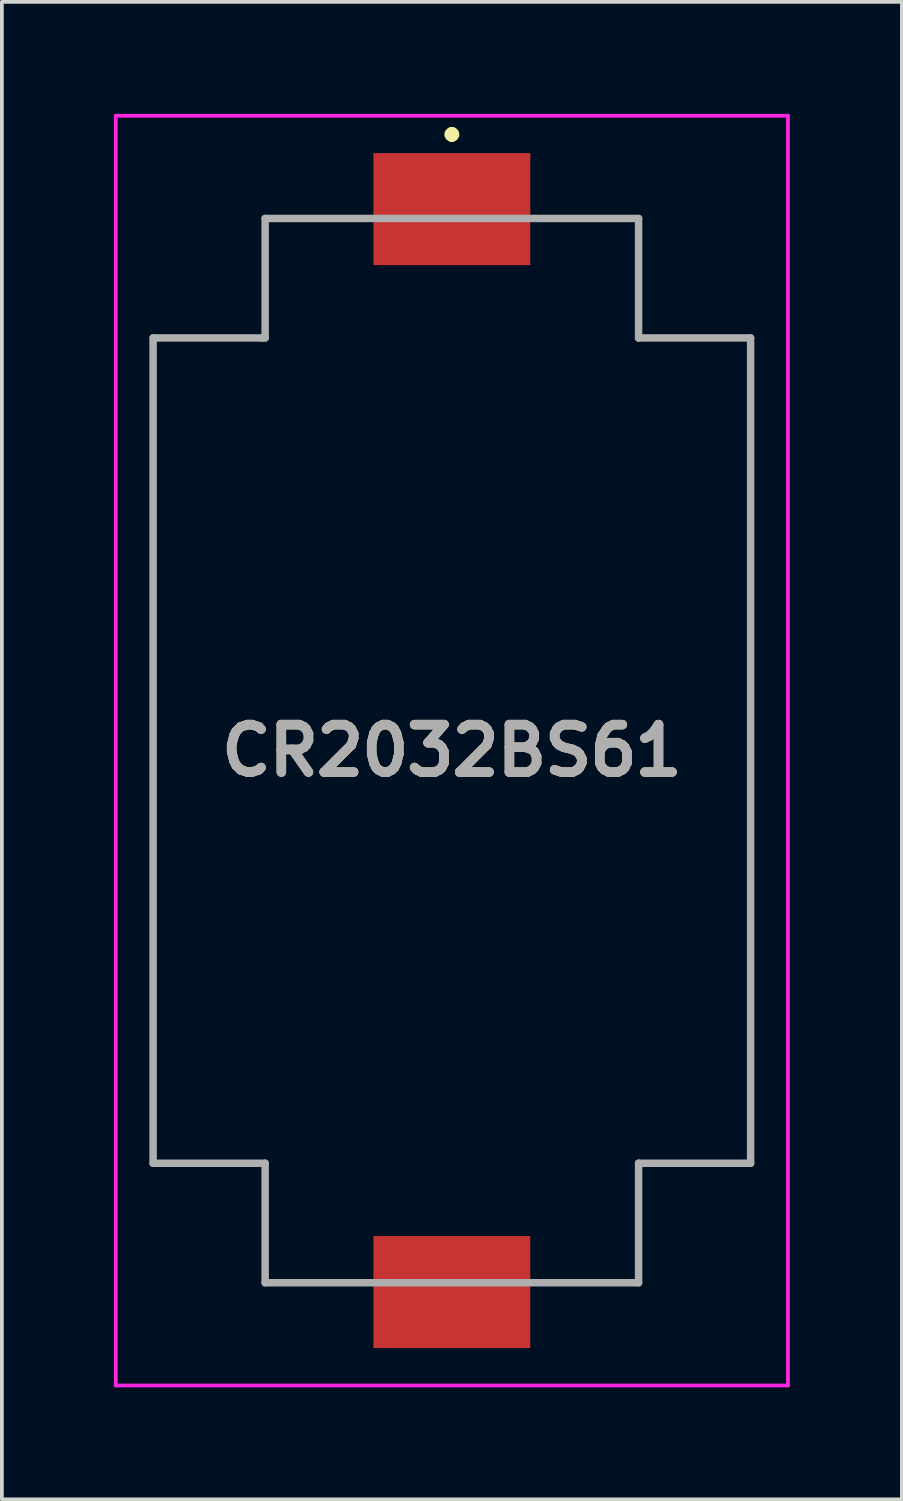
<source format=kicad_pcb>
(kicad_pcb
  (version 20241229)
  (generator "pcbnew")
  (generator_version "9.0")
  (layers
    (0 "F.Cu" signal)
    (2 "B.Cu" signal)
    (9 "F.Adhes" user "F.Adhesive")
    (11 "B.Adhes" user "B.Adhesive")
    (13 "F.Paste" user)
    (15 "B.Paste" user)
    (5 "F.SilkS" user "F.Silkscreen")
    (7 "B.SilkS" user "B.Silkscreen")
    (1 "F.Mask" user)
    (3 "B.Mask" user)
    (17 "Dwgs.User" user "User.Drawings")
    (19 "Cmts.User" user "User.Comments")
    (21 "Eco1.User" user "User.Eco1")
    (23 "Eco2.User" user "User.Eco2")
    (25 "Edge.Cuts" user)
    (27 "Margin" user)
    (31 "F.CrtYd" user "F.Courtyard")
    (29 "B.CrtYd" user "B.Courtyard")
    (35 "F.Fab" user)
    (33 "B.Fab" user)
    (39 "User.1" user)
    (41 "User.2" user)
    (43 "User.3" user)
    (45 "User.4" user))
  (footprint "CR2032BS61"
    (layer "F.Cu")
    (at 9.05 17.05)
    (property "Reference" "CR2032BS61" (at 0 0 0) (layer "F.SilkS") (effects (font (size 1.27 1.27) (thickness 0.254))))
    (attr smd)
    (fp_line (start -8 -11.05) (end -8 11.05) (stroke (width 0.1) (type solid)) (layer "F.SilkS"))
    (fp_line (start -8 11.05) (end -5.08 11.05) (stroke (width 0.1) (type solid)) (layer "F.SilkS"))
    (fp_line (start -5.08 11.05) (end -5 11.05) (stroke (width 0.1) (type solid)) (layer "F.SilkS"))
    (fp_line (start -5 -14.25) (end -5 -11.05) (stroke (width 0.1) (type solid)) (layer "F.SilkS"))
    (fp_line (start -5 -11.05) (end -8 -11.05) (stroke (width 0.1) (type solid)) (layer "F.SilkS"))
    (fp_line (start -5 11.05) (end -5 14.25) (stroke (width 0.1) (type solid)) (layer "F.SilkS"))
    (fp_line (start -5 14.25) (end -2.54 14.25) (stroke (width 0.1) (type solid)) (layer "F.SilkS"))
    (fp_line (start -2.54 -14.25) (end -5 -14.25) (stroke (width 0.1) (type solid)) (layer "F.SilkS"))
    (fp_line (start 0 -16.6) (end 0 -16.6) (stroke (width 0.2) (type solid)) (layer "F.SilkS"))
    (fp_line (start 0 -16.4) (end 0 -16.4) (stroke (width 0.2) (type solid)) (layer "F.SilkS"))
    (fp_line (start 2.54 14.25) (end 5 14.25) (stroke (width 0.1) (type solid)) (layer "F.SilkS"))
    (fp_line (start 5 -14.25) (end 2.54 -14.25) (stroke (width 0.1) (type solid)) (layer "F.SilkS"))
    (fp_line (start 5 -11.05) (end 5 -14.25) (stroke (width 0.1) (type solid)) (layer "F.SilkS"))
    (fp_line (start 5 11.05) (end 8 11.05) (stroke (width 0.1) (type solid)) (layer "F.SilkS"))
    (fp_line (start 5 14.25) (end 5 11.05) (stroke (width 0.1) (type solid)) (layer "F.SilkS"))
    (fp_line (start 8 -11.05) (end 5 -11.05) (stroke (width 0.1) (type solid)) (layer "F.SilkS"))
    (fp_line (start 8 11.05) (end 8 -11.05) (stroke (width 0.1) (type solid)) (layer "F.SilkS"))
    (fp_arc (start 0 -16.6) (mid 0.1 -16.5) (end 0 -16.4) (stroke (width 0.2) (type solid)) (layer "F.SilkS"))
    (fp_arc (start 0 -16.4) (mid -0.1 -16.5) (end 0 -16.6) (stroke (width 0.2) (type solid)) (layer "F.SilkS"))
    (fp_line (start -9 -17) (end 9 -17) (stroke (width 0.1) (type solid)) (layer "F.CrtYd"))
    (fp_line (start -9 17) (end -9 -17) (stroke (width 0.1) (type solid)) (layer "F.CrtYd"))
    (fp_line (start 9 -17) (end 9 17) (stroke (width 0.1) (type solid)) (layer "F.CrtYd"))
    (fp_line (start 9 17) (end -9 17) (stroke (width 0.1) (type solid)) (layer "F.CrtYd"))
    (fp_line (start -8 -11.05) (end -5.08 -11.05) (stroke (width 0.2) (type solid)) (layer "F.Fab"))
    (fp_line (start -8 11.05) (end -8 -11.05) (stroke (width 0.2) (type solid)) (layer "F.Fab"))
    (fp_line (start -5.08 -11.05) (end -5 -11.05) (stroke (width 0.2) (type solid)) (layer "F.Fab"))
    (fp_line (start -5 -14.25) (end 5 -14.25) (stroke (width 0.2) (type solid)) (layer "F.Fab"))
    (fp_line (start -5 -11.05) (end -5 -14.25) (stroke (width 0.2) (type solid)) (layer "F.Fab"))
    (fp_line (start -5 11.05) (end -8 11.05) (stroke (width 0.2) (type solid)) (layer "F.Fab"))
    (fp_line (start -5 14.25) (end -5 11.05) (stroke (width 0.2) (type solid)) (layer "F.Fab"))
    (fp_line (start 5 -14.25) (end 5 -11.05) (stroke (width 0.2) (type solid)) (layer "F.Fab"))
    (fp_line (start 5 -11.05) (end 8 -11.05) (stroke (width 0.2) (type solid)) (layer "F.Fab"))
    (fp_line (start 5 11.05) (end 5 14.25) (stroke (width 0.2) (type solid)) (layer "F.Fab"))
    (fp_line (start 5 14.25) (end -5 14.25) (stroke (width 0.2) (type solid)) (layer "F.Fab"))
    (fp_line (start 8 -11.05) (end 8 11.05) (stroke (width 0.2) (type solid)) (layer "F.Fab"))
    (fp_line (start 8 11.05) (end 5 11.05) (stroke (width 0.2) (type solid)) (layer "F.Fab"))
    (fp_text user "${REFERENCE}" (at 0 0 0) (layer "F.Fab") (effects (font (size 1.27 1.27) (thickness 0.254))))
    (pad "1" smd rect (at 0 -14.5 90) (size 3 4.2) (layers "F.Cu" "F.Mask" "F.Paste"))
    (pad "2" smd rect (at 0 14.5 90) (size 3 4.2) (layers "F.Cu" "F.Mask" "F.Paste")))
  (gr_rect
    (start -3 -3)
    (end 21.1 37.1)
    (stroke (width 0.1) (type default))
    (fill no)
    (layer "Edge.Cuts")))
</source>
